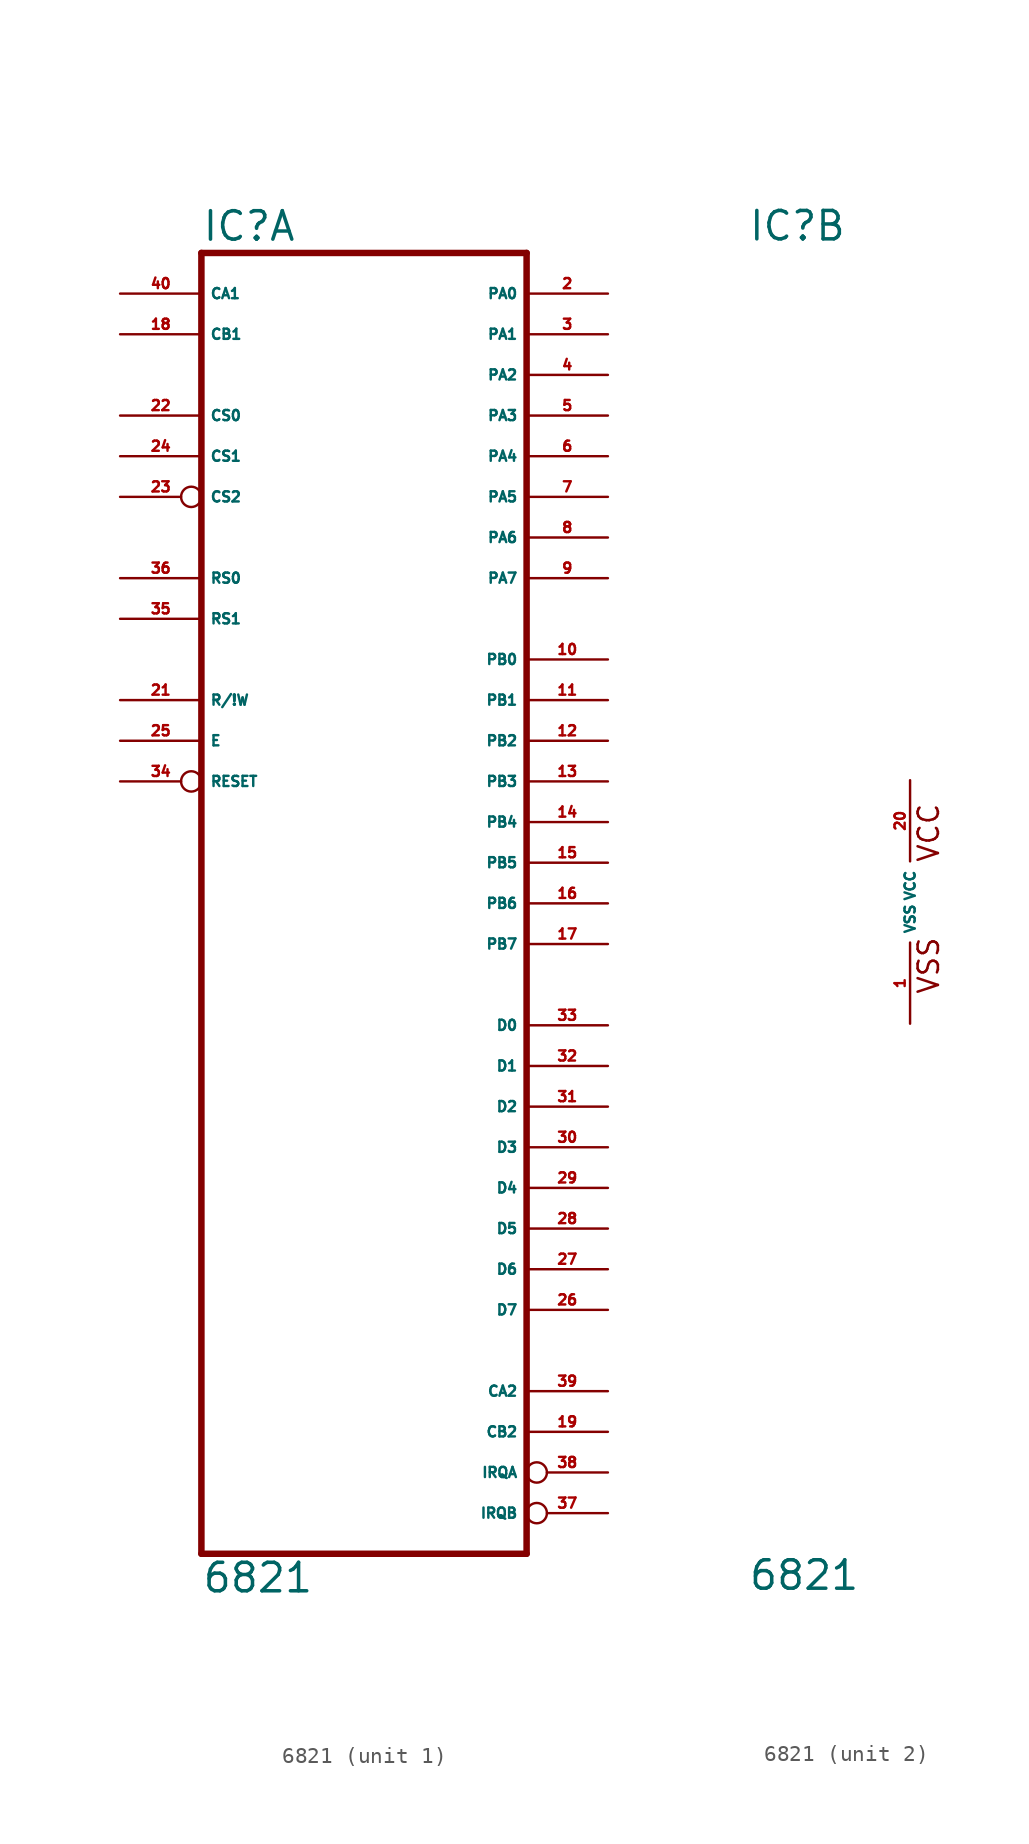
<source format=kicad_sym>
(kicad_symbol_lib
  (version 20220914)
  (generator Eagle2Kicad)
  (symbol "6821"
    (property "Reference" "IC"
      (at -10.16 41.275 0)
      (effects (font (size 1.778 1.778) (thickness 0.22)) (justify left bottom)))
    (property "Value" "6821"
      (at -10.16 -43.18 0)
      (effects (font (size 1.778 1.778) (thickness 0.22)) (justify left bottom)))
    (symbol "6821_1_0"
      (polyline (pts (xy -10.16 -40.64) (xy 10.16 -40.64)) (stroke (width 0.406) (type default)) (fill (type none)))
      (polyline (pts (xy 10.16 -40.64) (xy 10.16 40.64)) (stroke (width 0.406) (type default)) (fill (type none)))
      (polyline (pts (xy 10.16 40.64) (xy -10.16 40.64)) (stroke (width 0.406) (type default)) (fill (type none)))
      (polyline (pts (xy -10.16 40.64) (xy -10.16 -40.64)) (stroke (width 0.406) (type default)) (fill (type none)))
      (pin bidirectional line (at 15.24 38.1 180) (length 5.08) (name "PA0" (effects (font (size 0.635 0.635) (thickness 0.08)) (justify left bottom))) (number "2" (effects (font (size 0.635 0.635) (thickness 0.08)) (justify left bottom))))
      (pin bidirectional line (at 15.24 35.56 180) (length 5.08) (name "PA1" (effects (font (size 0.635 0.635) (thickness 0.08)) (justify left bottom))) (number "3" (effects (font (size 0.635 0.635) (thickness 0.08)) (justify left bottom))))
      (pin bidirectional line (at 15.24 33.02 180) (length 5.08) (name "PA2" (effects (font (size 0.635 0.635) (thickness 0.08)) (justify left bottom))) (number "4" (effects (font (size 0.635 0.635) (thickness 0.08)) (justify left bottom))))
      (pin bidirectional line (at 15.24 30.48 180) (length 5.08) (name "PA3" (effects (font (size 0.635 0.635) (thickness 0.08)) (justify left bottom))) (number "5" (effects (font (size 0.635 0.635) (thickness 0.08)) (justify left bottom))))
      (pin bidirectional line (at 15.24 27.94 180) (length 5.08) (name "PA4" (effects (font (size 0.635 0.635) (thickness 0.08)) (justify left bottom))) (number "6" (effects (font (size 0.635 0.635) (thickness 0.08)) (justify left bottom))))
      (pin bidirectional line (at 15.24 25.4 180) (length 5.08) (name "PA5" (effects (font (size 0.635 0.635) (thickness 0.08)) (justify left bottom))) (number "7" (effects (font (size 0.635 0.635) (thickness 0.08)) (justify left bottom))))
      (pin bidirectional line (at 15.24 22.86 180) (length 5.08) (name "PA6" (effects (font (size 0.635 0.635) (thickness 0.08)) (justify left bottom))) (number "8" (effects (font (size 0.635 0.635) (thickness 0.08)) (justify left bottom))))
      (pin bidirectional line (at 15.24 20.32 180) (length 5.08) (name "PA7" (effects (font (size 0.635 0.635) (thickness 0.08)) (justify left bottom))) (number "9" (effects (font (size 0.635 0.635) (thickness 0.08)) (justify left bottom))))
      (pin bidirectional line (at 15.24 15.24 180) (length 5.08) (name "PB0" (effects (font (size 0.635 0.635) (thickness 0.08)) (justify left bottom))) (number "10" (effects (font (size 0.635 0.635) (thickness 0.08)) (justify left bottom))))
      (pin bidirectional line (at 15.24 12.7 180) (length 5.08) (name "PB1" (effects (font (size 0.635 0.635) (thickness 0.08)) (justify left bottom))) (number "11" (effects (font (size 0.635 0.635) (thickness 0.08)) (justify left bottom))))
      (pin bidirectional line (at 15.24 10.16 180) (length 5.08) (name "PB2" (effects (font (size 0.635 0.635) (thickness 0.08)) (justify left bottom))) (number "12" (effects (font (size 0.635 0.635) (thickness 0.08)) (justify left bottom))))
      (pin bidirectional line (at 15.24 7.62 180) (length 5.08) (name "PB3" (effects (font (size 0.635 0.635) (thickness 0.08)) (justify left bottom))) (number "13" (effects (font (size 0.635 0.635) (thickness 0.08)) (justify left bottom))))
      (pin bidirectional line (at 15.24 5.08 180) (length 5.08) (name "PB4" (effects (font (size 0.635 0.635) (thickness 0.08)) (justify left bottom))) (number "14" (effects (font (size 0.635 0.635) (thickness 0.08)) (justify left bottom))))
      (pin bidirectional line (at 15.24 2.54 180) (length 5.08) (name "PB5" (effects (font (size 0.635 0.635) (thickness 0.08)) (justify left bottom))) (number "15" (effects (font (size 0.635 0.635) (thickness 0.08)) (justify left bottom))))
      (pin bidirectional line (at 15.24 0 180) (length 5.08) (name "PB6" (effects (font (size 0.635 0.635) (thickness 0.08)) (justify left bottom))) (number "16" (effects (font (size 0.635 0.635) (thickness 0.08)) (justify left bottom))))
      (pin bidirectional line (at 15.24 -2.54 180) (length 5.08) (name "PB7" (effects (font (size 0.635 0.635) (thickness 0.08)) (justify left bottom))) (number "17" (effects (font (size 0.635 0.635) (thickness 0.08)) (justify left bottom))))
      (pin input line (at -15.24 35.56 0) (length 5.08) (name "CB1" (effects (font (size 0.635 0.635) (thickness 0.08)) (justify left bottom))) (number "18" (effects (font (size 0.635 0.635) (thickness 0.08)) (justify left bottom))))
      (pin bidirectional line (at 15.24 -33.02 180) (length 5.08) (name "CB2" (effects (font (size 0.635 0.635) (thickness 0.08)) (justify left bottom))) (number "19" (effects (font (size 0.635 0.635) (thickness 0.08)) (justify left bottom))))
      (pin input line (at -15.24 12.7 0) (length 5.08) (name "R/!W" (effects (font (size 0.635 0.635) (thickness 0.08)) (justify left bottom))) (number "21" (effects (font (size 0.635 0.635) (thickness 0.08)) (justify left bottom))))
      (pin input line (at -15.24 30.48 0) (length 5.08) (name "CS0" (effects (font (size 0.635 0.635) (thickness 0.08)) (justify left bottom))) (number "22" (effects (font (size 0.635 0.635) (thickness 0.08)) (justify left bottom))))
      (pin input inverted (at -15.24 25.4 0) (length 5.08) (name "CS2" (effects (font (size 0.635 0.635) (thickness 0.08)) (justify left bottom))) (number "23" (effects (font (size 0.635 0.635) (thickness 0.08)) (justify left bottom))))
      (pin input line (at -15.24 27.94 0) (length 5.08) (name "CS1" (effects (font (size 0.635 0.635) (thickness 0.08)) (justify left bottom))) (number "24" (effects (font (size 0.635 0.635) (thickness 0.08)) (justify left bottom))))
      (pin input line (at -15.24 10.16 0) (length 5.08) (name "E" (effects (font (size 0.635 0.635) (thickness 0.08)) (justify left bottom))) (number "25" (effects (font (size 0.635 0.635) (thickness 0.08)) (justify left bottom))))
      (pin bidirectional line (at 15.24 -25.4 180) (length 5.08) (name "D7" (effects (font (size 0.635 0.635) (thickness 0.08)) (justify left bottom))) (number "26" (effects (font (size 0.635 0.635) (thickness 0.08)) (justify left bottom))))
      (pin bidirectional line (at 15.24 -22.86 180) (length 5.08) (name "D6" (effects (font (size 0.635 0.635) (thickness 0.08)) (justify left bottom))) (number "27" (effects (font (size 0.635 0.635) (thickness 0.08)) (justify left bottom))))
      (pin bidirectional line (at 15.24 -20.32 180) (length 5.08) (name "D5" (effects (font (size 0.635 0.635) (thickness 0.08)) (justify left bottom))) (number "28" (effects (font (size 0.635 0.635) (thickness 0.08)) (justify left bottom))))
      (pin bidirectional line (at 15.24 -17.78 180) (length 5.08) (name "D4" (effects (font (size 0.635 0.635) (thickness 0.08)) (justify left bottom))) (number "29" (effects (font (size 0.635 0.635) (thickness 0.08)) (justify left bottom))))
      (pin bidirectional line (at 15.24 -15.24 180) (length 5.08) (name "D3" (effects (font (size 0.635 0.635) (thickness 0.08)) (justify left bottom))) (number "30" (effects (font (size 0.635 0.635) (thickness 0.08)) (justify left bottom))))
      (pin bidirectional line (at 15.24 -12.7 180) (length 5.08) (name "D2" (effects (font (size 0.635 0.635) (thickness 0.08)) (justify left bottom))) (number "31" (effects (font (size 0.635 0.635) (thickness 0.08)) (justify left bottom))))
      (pin bidirectional line (at 15.24 -10.16 180) (length 5.08) (name "D1" (effects (font (size 0.635 0.635) (thickness 0.08)) (justify left bottom))) (number "32" (effects (font (size 0.635 0.635) (thickness 0.08)) (justify left bottom))))
      (pin bidirectional line (at 15.24 -7.62 180) (length 5.08) (name "D0" (effects (font (size 0.635 0.635) (thickness 0.08)) (justify left bottom))) (number "33" (effects (font (size 0.635 0.635) (thickness 0.08)) (justify left bottom))))
      (pin input inverted (at -15.24 7.62 0) (length 5.08) (name "RESET" (effects (font (size 0.635 0.635) (thickness 0.08)) (justify left bottom))) (number "34" (effects (font (size 0.635 0.635) (thickness 0.08)) (justify left bottom))))
      (pin input line (at -15.24 17.78 0) (length 5.08) (name "RS1" (effects (font (size 0.635 0.635) (thickness 0.08)) (justify left bottom))) (number "35" (effects (font (size 0.635 0.635) (thickness 0.08)) (justify left bottom))))
      (pin input line (at -15.24 20.32 0) (length 5.08) (name "RS0" (effects (font (size 0.635 0.635) (thickness 0.08)) (justify left bottom))) (number "36" (effects (font (size 0.635 0.635) (thickness 0.08)) (justify left bottom))))
      (pin open_collector inverted (at 15.24 -38.1 180) (length 5.08) (name "IRQB" (effects (font (size 0.635 0.635) (thickness 0.08)) (justify left bottom))) (number "37" (effects (font (size 0.635 0.635) (thickness 0.08)) (justify left bottom))))
      (pin open_collector inverted (at 15.24 -35.56 180) (length 5.08) (name "IRQA" (effects (font (size 0.635 0.635) (thickness 0.08)) (justify left bottom))) (number "38" (effects (font (size 0.635 0.635) (thickness 0.08)) (justify left bottom))))
      (pin bidirectional line (at 15.24 -30.48 180) (length 5.08) (name "CA2" (effects (font (size 0.635 0.635) (thickness 0.08)) (justify left bottom))) (number "39" (effects (font (size 0.635 0.635) (thickness 0.08)) (justify left bottom))))
      (pin input line (at -15.24 38.1 0) (length 5.08) (name "CA1" (effects (font (size 0.635 0.635) (thickness 0.08)) (justify left bottom))) (number "40" (effects (font (size 0.635 0.635) (thickness 0.08)) (justify left bottom)))))
    (symbol "6821_2_0"
      (text "VSS" (at 1.905 -5.842 900) (effects (font (size 1.27 1.27) (thickness 0.16)) (justify left bottom)))
      (text "VCC" (at 1.905 2.413 900) (effects (font (size 1.27 1.27) (thickness 0.16)) (justify left bottom)))
      (pin unspecified line (at 0 -7.62 90) (length 5.08) (name "VSS" (effects (font (size 0.635 0.635) (thickness 0.08)) (justify left bottom))) (number "1" (effects (font (size 0.635 0.635) (thickness 0.08)) (justify left bottom))))
      (pin unspecified line (at 0 7.62 270) (length 5.08) (name "VCC" (effects (font (size 0.635 0.635) (thickness 0.08)) (justify left bottom))) (number "20" (effects (font (size 0.635 0.635) (thickness 0.08)) (justify left bottom)))))))
</source>
